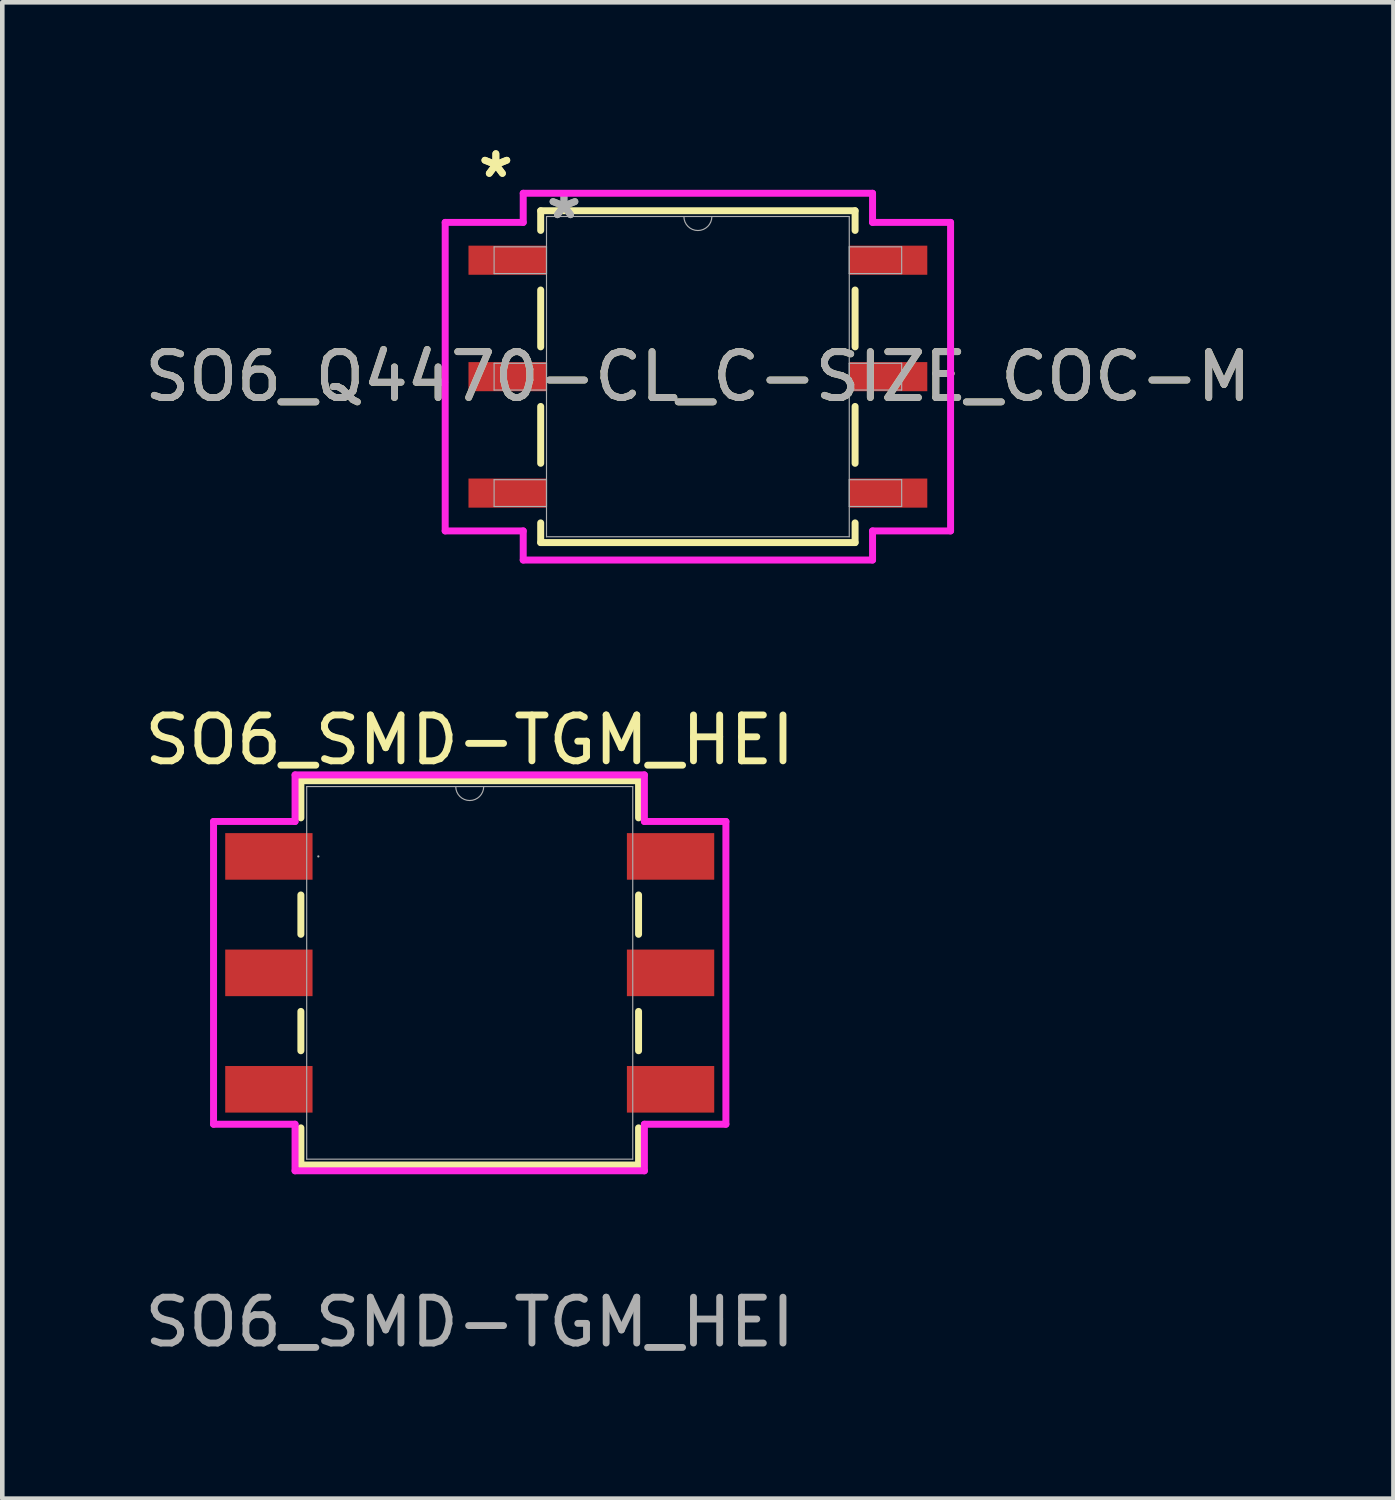
<source format=kicad_pcb>
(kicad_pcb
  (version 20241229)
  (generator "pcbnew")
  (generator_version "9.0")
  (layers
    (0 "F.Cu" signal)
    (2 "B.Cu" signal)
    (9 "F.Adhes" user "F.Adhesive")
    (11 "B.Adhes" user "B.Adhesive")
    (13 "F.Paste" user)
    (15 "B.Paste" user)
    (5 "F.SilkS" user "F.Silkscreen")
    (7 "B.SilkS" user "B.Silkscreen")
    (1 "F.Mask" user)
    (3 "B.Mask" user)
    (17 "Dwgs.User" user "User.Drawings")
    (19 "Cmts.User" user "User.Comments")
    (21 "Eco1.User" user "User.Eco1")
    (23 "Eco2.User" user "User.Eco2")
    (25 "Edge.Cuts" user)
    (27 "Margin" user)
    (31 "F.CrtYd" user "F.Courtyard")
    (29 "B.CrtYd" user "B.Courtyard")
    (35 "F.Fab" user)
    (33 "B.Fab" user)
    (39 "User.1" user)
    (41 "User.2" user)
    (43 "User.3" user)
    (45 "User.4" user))
  (footprint "SO6_SMD-TGM_HEI"
    (layer "F.Cu")
    (at 7.196 18.171)
    (property "Reference" "SO6_SMD-TGM_HEI" (at 0 -5.08 0) (unlocked yes) (layer "F.SilkS") (effects (font (size 1 1) (thickness 0.15))))
    (attr smd)
    (fp_line (start -3.683 -4.191) (end -3.683 -3.381) (stroke (width 0.152) (type solid)) (layer "F.SilkS"))
    (fp_line (start -3.683 -1.699) (end -3.683 -0.841) (stroke (width 0.152) (type solid)) (layer "F.SilkS"))
    (fp_line (start -3.683 0.841) (end -3.683 1.699) (stroke (width 0.152) (type solid)) (layer "F.SilkS"))
    (fp_line (start -3.683 3.381) (end -3.683 4.191) (stroke (width 0.152) (type solid)) (layer "F.SilkS"))
    (fp_line (start -3.683 4.191) (end 3.683 4.191) (stroke (width 0.152) (type solid)) (layer "F.SilkS"))
    (fp_line (start 3.683 -4.191) (end -3.683 -4.191) (stroke (width 0.152) (type solid)) (layer "F.SilkS"))
    (fp_line (start 3.683 -3.381) (end 3.683 -4.191) (stroke (width 0.152) (type solid)) (layer "F.SilkS"))
    (fp_line (start 3.683 -0.841) (end 3.683 -1.699) (stroke (width 0.152) (type solid)) (layer "F.SilkS"))
    (fp_line (start 3.683 1.699) (end 3.683 0.841) (stroke (width 0.152) (type solid)) (layer "F.SilkS"))
    (fp_line (start 3.683 4.191) (end 3.683 3.381) (stroke (width 0.152) (type solid)) (layer "F.SilkS"))
    (fp_line (start -5.588 -3.302) (end -3.81 -3.302) (stroke (width 0.152) (type solid)) (layer "F.CrtYd"))
    (fp_line (start -5.588 3.302) (end -5.588 -3.302) (stroke (width 0.152) (type solid)) (layer "F.CrtYd"))
    (fp_line (start -5.588 3.302) (end -3.81 3.302) (stroke (width 0.152) (type solid)) (layer "F.CrtYd"))
    (fp_line (start -3.81 -4.318) (end 3.81 -4.318) (stroke (width 0.152) (type solid)) (layer "F.CrtYd"))
    (fp_line (start -3.81 -3.302) (end -3.81 -4.318) (stroke (width 0.152) (type solid)) (layer "F.CrtYd"))
    (fp_line (start -3.81 4.318) (end -3.81 3.302) (stroke (width 0.152) (type solid)) (layer "F.CrtYd"))
    (fp_line (start 3.81 -4.318) (end 3.81 -3.302) (stroke (width 0.152) (type solid)) (layer "F.CrtYd"))
    (fp_line (start 3.81 3.302) (end 3.81 4.318) (stroke (width 0.152) (type solid)) (layer "F.CrtYd"))
    (fp_line (start 3.81 4.318) (end -3.81 4.318) (stroke (width 0.152) (type solid)) (layer "F.CrtYd"))
    (fp_line (start 5.588 -3.302) (end 3.81 -3.302) (stroke (width 0.152) (type solid)) (layer "F.CrtYd"))
    (fp_line (start 5.588 -3.302) (end 5.588 3.302) (stroke (width 0.152) (type solid)) (layer "F.CrtYd"))
    (fp_line (start 5.588 3.302) (end 3.81 3.302) (stroke (width 0.152) (type solid)) (layer "F.CrtYd"))
    (fp_line (start -3.556 -4.064) (end -3.556 4.064) (stroke (width 0.025) (type solid)) (layer "F.Fab"))
    (fp_line (start -3.556 4.064) (end 3.556 4.064) (stroke (width 0.025) (type solid)) (layer "F.Fab"))
    (fp_line (start 3.556 -4.064) (end -3.556 -4.064) (stroke (width 0.025) (type solid)) (layer "F.Fab"))
    (fp_line (start 3.556 4.064) (end 3.556 -4.064) (stroke (width 0.025) (type solid)) (layer "F.Fab"))
    (fp_arc (start 0.3048 -4.064) (mid 0 -3.7592) (end -0.3048 -4.064) (stroke (width 0.0254) (type solid)) (layer "F.Fab"))
    (fp_circle (center -3.302 -2.54) (end -3.302 -2.54) (stroke (width 0.025) (type solid)) (fill no) (layer "F.Fab"))
    (fp_text user "${REFERENCE}" (at 0 7.62 0) (unlocked yes) (layer "F.Fab") (effects (font (size 1 1) (thickness 0.15))))
    (pad "1" smd rect (at -4.381 -2.54) (size 1.905 1.016) (layers "F.Cu" "F.Mask" "F.Paste"))
    (pad "2" smd rect (at -4.381 0) (size 1.905 1.016) (layers "F.Cu" "F.Mask" "F.Paste"))
    (pad "3" smd rect (at -4.381 2.54) (size 1.905 1.016) (layers "F.Cu" "F.Mask" "F.Paste"))
    (pad "4" smd rect (at 4.381 2.54) (size 1.905 1.016) (layers "F.Cu" "F.Mask" "F.Paste"))
    (pad "5" smd rect (at 4.381 0) (size 1.905 1.016) (layers "F.Cu" "F.Mask" "F.Paste"))
    (pad "6" smd rect (at 4.381 -2.54) (size 1.905 1.016) (layers "F.Cu" "F.Mask" "F.Paste")))
  (footprint "SO6_Q4470-CL_C-SIZE_COC-M"
    (layer "F.Cu")
    (at 12.173 5.166)
    (property "Reference" "SO6_Q4470-CL_C-SIZE_COC-M" (at 0 0 0) (unlocked yes) (layer "F.SilkS") (effects (font (size 1 1) (thickness 0.15))))
    (attr smd)
    (fp_line (start -3.429 -3.619) (end -3.429 -3.19) (stroke (width 0.152) (type solid)) (layer "F.SilkS"))
    (fp_line (start -3.429 -1.89) (end -3.429 -0.65) (stroke (width 0.152) (type solid)) (layer "F.SilkS"))
    (fp_line (start -3.429 0.65) (end -3.429 1.89) (stroke (width 0.152) (type solid)) (layer "F.SilkS"))
    (fp_line (start -3.429 3.19) (end -3.429 3.619) (stroke (width 0.152) (type solid)) (layer "F.SilkS"))
    (fp_line (start -3.429 3.619) (end 3.429 3.619) (stroke (width 0.152) (type solid)) (layer "F.SilkS"))
    (fp_line (start 3.429 -3.619) (end -3.429 -3.619) (stroke (width 0.152) (type solid)) (layer "F.SilkS"))
    (fp_line (start 3.429 -3.19) (end 3.429 -3.619) (stroke (width 0.152) (type solid)) (layer "F.SilkS"))
    (fp_line (start 3.429 -0.65) (end 3.429 -1.89) (stroke (width 0.152) (type solid)) (layer "F.SilkS"))
    (fp_line (start 3.429 1.89) (end 3.429 0.65) (stroke (width 0.152) (type solid)) (layer "F.SilkS"))
    (fp_line (start 3.429 3.619) (end 3.429 3.19) (stroke (width 0.152) (type solid)) (layer "F.SilkS"))
    (fp_line (start -5.512 -3.365) (end -3.81 -3.365) (stroke (width 0.152) (type solid)) (layer "F.CrtYd"))
    (fp_line (start -5.512 3.365) (end -5.512 -3.365) (stroke (width 0.152) (type solid)) (layer "F.CrtYd"))
    (fp_line (start -5.512 3.365) (end -3.81 3.365) (stroke (width 0.152) (type solid)) (layer "F.CrtYd"))
    (fp_line (start -3.81 -4) (end 3.81 -4) (stroke (width 0.152) (type solid)) (layer "F.CrtYd"))
    (fp_line (start -3.81 -3.365) (end -3.81 -4) (stroke (width 0.152) (type solid)) (layer "F.CrtYd"))
    (fp_line (start -3.81 4) (end -3.81 3.365) (stroke (width 0.152) (type solid)) (layer "F.CrtYd"))
    (fp_line (start 3.81 -4) (end 3.81 -3.365) (stroke (width 0.152) (type solid)) (layer "F.CrtYd"))
    (fp_line (start 3.81 3.365) (end 3.81 4) (stroke (width 0.152) (type solid)) (layer "F.CrtYd"))
    (fp_line (start 3.81 4) (end -3.81 4) (stroke (width 0.152) (type solid)) (layer "F.CrtYd"))
    (fp_line (start 5.512 -3.365) (end 3.81 -3.365) (stroke (width 0.152) (type solid)) (layer "F.CrtYd"))
    (fp_line (start 5.512 -3.365) (end 5.512 3.365) (stroke (width 0.152) (type solid)) (layer "F.CrtYd"))
    (fp_line (start 5.512 3.365) (end 3.81 3.365) (stroke (width 0.152) (type solid)) (layer "F.CrtYd"))
    (fp_line (start -4.445 -2.832) (end -4.445 -2.248) (stroke (width 0.025) (type solid)) (layer "F.Fab"))
    (fp_line (start -4.445 -2.248) (end -3.302 -2.248) (stroke (width 0.025) (type solid)) (layer "F.Fab"))
    (fp_line (start -4.445 -0.292) (end -4.445 0.292) (stroke (width 0.025) (type solid)) (layer "F.Fab"))
    (fp_line (start -4.445 0.292) (end -3.302 0.292) (stroke (width 0.025) (type solid)) (layer "F.Fab"))
    (fp_line (start -4.445 2.248) (end -4.445 2.832) (stroke (width 0.025) (type solid)) (layer "F.Fab"))
    (fp_line (start -4.445 2.832) (end -3.302 2.832) (stroke (width 0.025) (type solid)) (layer "F.Fab"))
    (fp_line (start -3.302 -3.493) (end -3.302 3.493) (stroke (width 0.025) (type solid)) (layer "F.Fab"))
    (fp_line (start -3.302 -2.832) (end -4.445 -2.832) (stroke (width 0.025) (type solid)) (layer "F.Fab"))
    (fp_line (start -3.302 -2.248) (end -3.302 -2.832) (stroke (width 0.025) (type solid)) (layer "F.Fab"))
    (fp_line (start -3.302 -0.292) (end -4.445 -0.292) (stroke (width 0.025) (type solid)) (layer "F.Fab"))
    (fp_line (start -3.302 0.292) (end -3.302 -0.292) (stroke (width 0.025) (type solid)) (layer "F.Fab"))
    (fp_line (start -3.302 2.248) (end -4.445 2.248) (stroke (width 0.025) (type solid)) (layer "F.Fab"))
    (fp_line (start -3.302 2.832) (end -3.302 2.248) (stroke (width 0.025) (type solid)) (layer "F.Fab"))
    (fp_line (start -3.302 3.493) (end 3.302 3.493) (stroke (width 0.025) (type solid)) (layer "F.Fab"))
    (fp_line (start 3.302 -3.493) (end -3.302 -3.493) (stroke (width 0.025) (type solid)) (layer "F.Fab"))
    (fp_line (start 3.302 -2.832) (end 3.302 -2.248) (stroke (width 0.025) (type solid)) (layer "F.Fab"))
    (fp_line (start 3.302 -2.248) (end 4.445 -2.248) (stroke (width 0.025) (type solid)) (layer "F.Fab"))
    (fp_line (start 3.302 -0.292) (end 3.302 0.292) (stroke (width 0.025) (type solid)) (layer "F.Fab"))
    (fp_line (start 3.302 0.292) (end 4.445 0.292) (stroke (width 0.025) (type solid)) (layer "F.Fab"))
    (fp_line (start 3.302 2.248) (end 3.302 2.832) (stroke (width 0.025) (type solid)) (layer "F.Fab"))
    (fp_line (start 3.302 2.832) (end 4.445 2.832) (stroke (width 0.025) (type solid)) (layer "F.Fab"))
    (fp_line (start 3.302 3.493) (end 3.302 -3.493) (stroke (width 0.025) (type solid)) (layer "F.Fab"))
    (fp_line (start 4.445 -2.832) (end 3.302 -2.832) (stroke (width 0.025) (type solid)) (layer "F.Fab"))
    (fp_line (start 4.445 -2.248) (end 4.445 -2.832) (stroke (width 0.025) (type solid)) (layer "F.Fab"))
    (fp_line (start 4.445 -0.292) (end 3.302 -0.292) (stroke (width 0.025) (type solid)) (layer "F.Fab"))
    (fp_line (start 4.445 0.292) (end 4.445 -0.292) (stroke (width 0.025) (type solid)) (layer "F.Fab"))
    (fp_line (start 4.445 2.248) (end 3.302 2.248) (stroke (width 0.025) (type solid)) (layer "F.Fab"))
    (fp_line (start 4.445 2.832) (end 4.445 2.248) (stroke (width 0.025) (type solid)) (layer "F.Fab"))
    (fp_arc (start 0.3048 -3.4925) (mid 0 -3.1877) (end -0.3048 -3.4925) (stroke (width 0.0254) (type solid)) (layer "F.Fab"))
    (fp_text user "*" (at -4.407 -4.318 0) (layer "F.SilkS") (effects (font (size 1 1) (thickness 0.15))))
    (fp_text user "*" (at -4.407 -4.318 0) (unlocked yes) (layer "F.SilkS") (effects (font (size 1 1) (thickness 0.15))))
    (fp_text user "*" (at -2.921 -3.416 0) (layer "F.Fab") (effects (font (size 1 1) (thickness 0.15))))
    (fp_text user "${REFERENCE}" (at 0 0 0) (unlocked yes) (layer "F.Fab") (effects (font (size 1 1) (thickness 0.15))))
    (fp_text user "*" (at -2.921 -3.416 0) (unlocked yes) (layer "F.Fab") (effects (font (size 1 1) (thickness 0.15))))
    (pad "1" smd rect (at -4.153 -2.54) (size 1.702 0.635) (layers "F.Cu" "F.Mask" "F.Paste"))
    (pad "2" smd rect (at -4.153 0) (size 1.702 0.635) (layers "F.Cu" "F.Mask" "F.Paste"))
    (pad "3" smd rect (at -4.153 2.54) (size 1.702 0.635) (layers "F.Cu" "F.Mask" "F.Paste"))
    (pad "4" smd rect (at 4.153 2.54) (size 1.702 0.635) (layers "F.Cu" "F.Mask" "F.Paste"))
    (pad "5" smd rect (at 4.153 0) (size 1.702 0.635) (layers "F.Cu" "F.Mask" "F.Paste"))
    (pad "6" smd rect (at 4.153 -2.54) (size 1.702 0.635) (layers "F.Cu" "F.Mask" "F.Paste")))
  (gr_rect
    (start -3 -3)
    (end 27.345 29.639)
    (stroke (width 0.1) (type default))
    (fill no)
    (layer "Edge.Cuts")))
</source>
